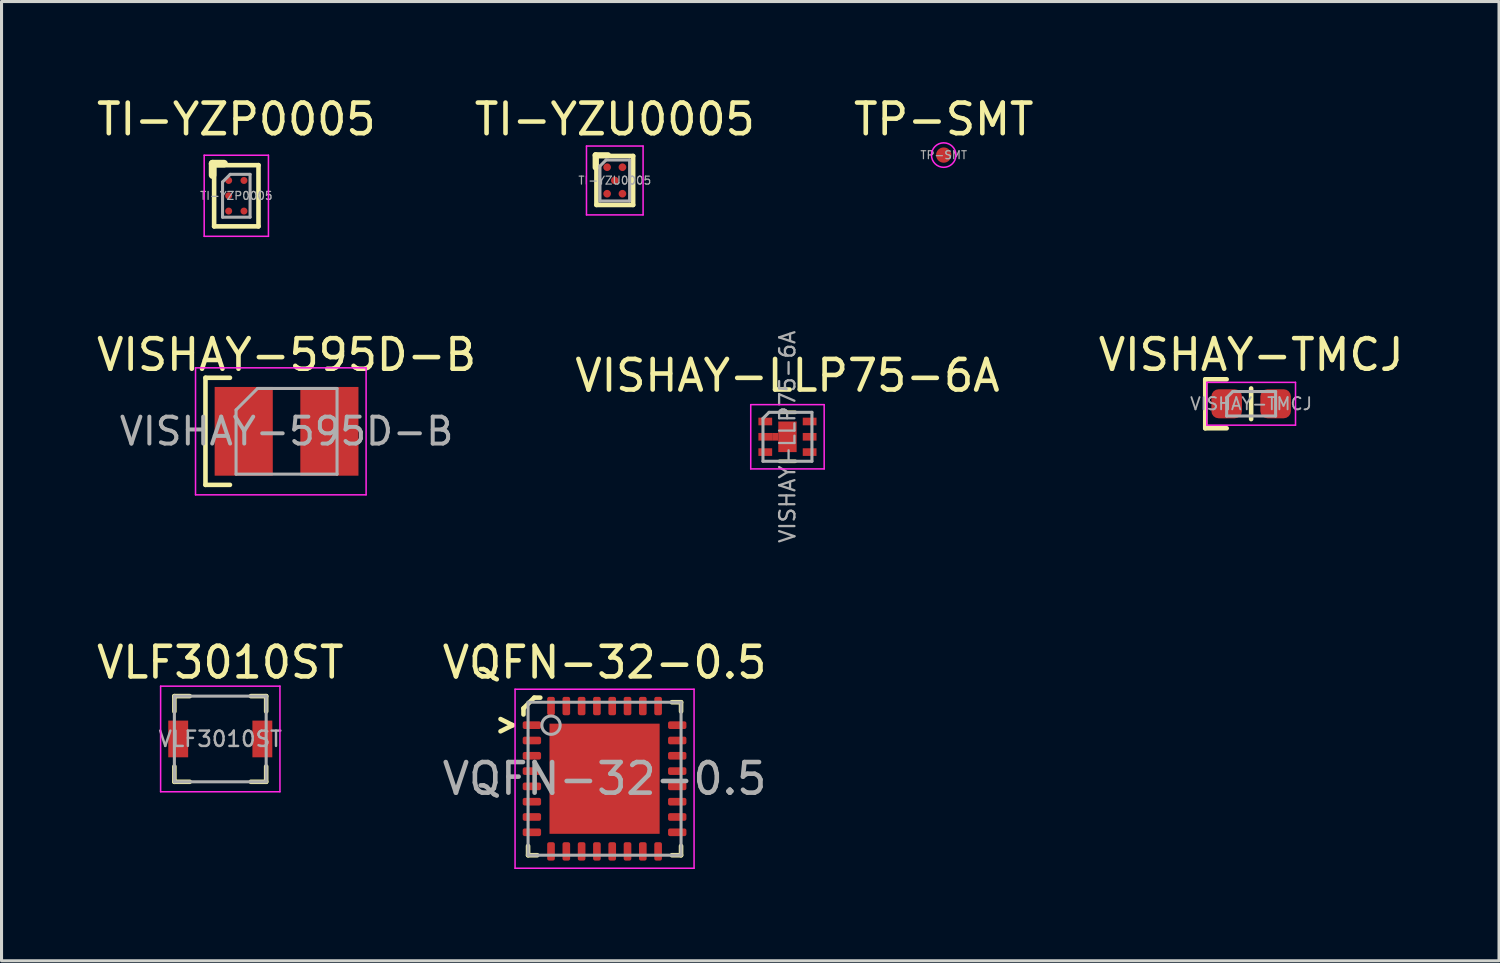
<source format=kicad_pcb>
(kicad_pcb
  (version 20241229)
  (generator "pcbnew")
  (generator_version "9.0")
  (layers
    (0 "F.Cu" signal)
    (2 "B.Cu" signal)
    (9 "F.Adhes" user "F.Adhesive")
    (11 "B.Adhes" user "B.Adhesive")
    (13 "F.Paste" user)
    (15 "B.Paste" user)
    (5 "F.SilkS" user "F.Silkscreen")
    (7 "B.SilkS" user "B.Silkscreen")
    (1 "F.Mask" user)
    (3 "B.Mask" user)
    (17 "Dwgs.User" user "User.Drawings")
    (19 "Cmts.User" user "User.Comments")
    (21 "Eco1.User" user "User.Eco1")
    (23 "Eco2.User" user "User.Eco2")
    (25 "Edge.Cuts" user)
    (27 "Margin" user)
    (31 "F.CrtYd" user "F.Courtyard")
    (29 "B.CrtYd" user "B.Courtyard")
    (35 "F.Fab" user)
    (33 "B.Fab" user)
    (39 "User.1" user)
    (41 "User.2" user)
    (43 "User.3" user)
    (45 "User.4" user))
  (footprint "VQFN-32-0.5"
    (layer "F.Cu")
    (at 16.708 22.4)
    (property "Reference" "VQFN-32-0.5" (at 0 -3.8 0) (layer "F.SilkS") (effects (font (size 1 1) (thickness 0.15))))
    (attr smd)
    (fp_line (start -3.4 -1.55) (end -3 -1.75) (stroke (width 0.15) (type default)) (layer "F.SilkS"))
    (fp_line (start -3 -1.75) (end -3.4 -1.95) (stroke (width 0.15) (type default)) (layer "F.SilkS"))
    (fp_line (start -2.65 -2.3) (end -2.3 -2.65) (stroke (width 0.15) (type default)) (layer "F.SilkS"))
    (fp_line (start -2.65 -2.1) (end -2.65 -2.3) (stroke (width 0.15) (type solid)) (layer "F.SilkS"))
    (fp_line (start -2.5 2.5) (end -2.5 2.2) (stroke (width 0.15) (type solid)) (layer "F.SilkS"))
    (fp_line (start -2.3 -2.65) (end -2.1 -2.65) (stroke (width 0.15) (type solid)) (layer "F.SilkS"))
    (fp_line (start -2.2 2.5) (end -2.5 2.5) (stroke (width 0.15) (type solid)) (layer "F.SilkS"))
    (fp_line (start 2.2 -2.5) (end 2.5 -2.5) (stroke (width 0.15) (type solid)) (layer "F.SilkS"))
    (fp_line (start 2.5 -2.5) (end 2.5 -2.2) (stroke (width 0.15) (type solid)) (layer "F.SilkS"))
    (fp_line (start 2.5 2.2) (end 2.5 2.5) (stroke (width 0.15) (type solid)) (layer "F.SilkS"))
    (fp_line (start 2.5 2.5) (end 2.2 2.5) (stroke (width 0.15) (type solid)) (layer "F.SilkS"))
    (fp_line (start -2.925 -2.925) (end -2.925 2.925) (stroke (width 0.05) (type solid)) (layer "F.CrtYd"))
    (fp_line (start 2.925 -2.925) (end -2.925 -2.925) (stroke (width 0.05) (type solid)) (layer "F.CrtYd"))
    (fp_line (start 2.925 -2.925) (end 2.925 2.925) (stroke (width 0.05) (type solid)) (layer "F.CrtYd"))
    (fp_line (start 2.925 2.925) (end -2.925 2.925) (stroke (width 0.05) (type solid)) (layer "F.CrtYd"))
    (fp_line (start -2.5 -2.5) (end 2.5 -2.5) (stroke (width 0.1) (type solid)) (layer "F.Fab"))
    (fp_line (start -2.5 2.5) (end -2.5 -2.5) (stroke (width 0.1) (type solid)) (layer "F.Fab"))
    (fp_line (start 2.5 -2.5) (end 2.5 2.5) (stroke (width 0.1) (type solid)) (layer "F.Fab"))
    (fp_line (start 2.5 2.5) (end -2.5 2.5) (stroke (width 0.1) (type solid)) (layer "F.Fab"))
    (fp_circle (center -1.75 -1.75) (end -1.45 -1.75) (stroke (width 0.1) (type default)) (fill no) (layer "F.Fab"))
    (fp_text user "${REFERENCE}" (at 0 0 0) (layer "F.Fab") (effects (font (size 1 1) (thickness 0.15))))
    (pad "" smd roundrect (at -1.2 -1.2) (size 0.97 0.97) (layers "F.Paste") (roundrect_rratio 0.25))
    (pad "" smd roundrect (at -1.2 0) (size 0.97 0.97) (layers "F.Paste") (roundrect_rratio 0.25))
    (pad "" smd roundrect (at -1.2 1.2) (size 0.97 0.97) (layers "F.Paste") (roundrect_rratio 0.25))
    (pad "" smd roundrect (at 0 -1.2) (size 0.97 0.97) (layers "F.Paste") (roundrect_rratio 0.25))
    (pad "" smd roundrect (at 0 0) (size 0.97 0.97) (layers "F.Paste") (roundrect_rratio 0.25))
    (pad "" smd roundrect (at 0 1.2) (size 0.97 0.97) (layers "F.Paste") (roundrect_rratio 0.25))
    (pad "" smd roundrect (at 1.2 -1.2) (size 0.97 0.97) (layers "F.Paste") (roundrect_rratio 0.25))
    (pad "" smd roundrect (at 1.2 0) (size 0.97 0.97) (layers "F.Paste") (roundrect_rratio 0.25))
    (pad "" smd roundrect (at 1.2 1.2) (size 0.97 0.97) (layers "F.Paste") (roundrect_rratio 0.25))
    (pad "1" smd roundrect (at -2.375 -1.75) (size 0.6 0.25) (layers "F.Cu" "F.Mask" "F.Paste") (roundrect_rratio 0.25))
    (pad "2" smd roundrect (at -2.375 -1.25) (size 0.6 0.25) (layers "F.Cu" "F.Mask" "F.Paste") (roundrect_rratio 0.25))
    (pad "3" smd roundrect (at -2.375 -0.75) (size 0.6 0.25) (layers "F.Cu" "F.Mask" "F.Paste") (roundrect_rratio 0.25))
    (pad "4" smd roundrect (at -2.375 -0.25) (size 0.6 0.25) (layers "F.Cu" "F.Mask" "F.Paste") (roundrect_rratio 0.25))
    (pad "5" smd roundrect (at -2.375 0.25) (size 0.6 0.25) (layers "F.Cu" "F.Mask" "F.Paste") (roundrect_rratio 0.25))
    (pad "6" smd roundrect (at -2.375 0.75) (size 0.6 0.25) (layers "F.Cu" "F.Mask" "F.Paste") (roundrect_rratio 0.25))
    (pad "7" smd roundrect (at -2.375 1.25) (size 0.6 0.25) (layers "F.Cu" "F.Mask" "F.Paste") (roundrect_rratio 0.25))
    (pad "8" smd roundrect (at -2.375 1.75) (size 0.6 0.25) (layers "F.Cu" "F.Mask" "F.Paste") (roundrect_rratio 0.25))
    (pad "9" smd roundrect (at -1.75 2.375) (size 0.25 0.6) (layers "F.Cu" "F.Mask" "F.Paste") (roundrect_rratio 0.25))
    (pad "10" smd roundrect (at -1.25 2.375) (size 0.25 0.6) (layers "F.Cu" "F.Mask" "F.Paste") (roundrect_rratio 0.25))
    (pad "11" smd roundrect (at -0.75 2.375) (size 0.25 0.6) (layers "F.Cu" "F.Mask" "F.Paste") (roundrect_rratio 0.25))
    (pad "12" smd roundrect (at -0.25 2.375) (size 0.25 0.6) (layers "F.Cu" "F.Mask" "F.Paste") (roundrect_rratio 0.25))
    (pad "13" smd roundrect (at 0.25 2.375) (size 0.25 0.6) (layers "F.Cu" "F.Mask" "F.Paste") (roundrect_rratio 0.25))
    (pad "14" smd roundrect (at 0.75 2.375) (size 0.25 0.6) (layers "F.Cu" "F.Mask" "F.Paste") (roundrect_rratio 0.25))
    (pad "15" smd roundrect (at 1.25 2.375) (size 0.25 0.6) (layers "F.Cu" "F.Mask" "F.Paste") (roundrect_rratio 0.25))
    (pad "16" smd roundrect (at 1.75 2.375) (size 0.25 0.6) (layers "F.Cu" "F.Mask" "F.Paste") (roundrect_rratio 0.25))
    (pad "17" smd roundrect (at 2.375 1.75) (size 0.6 0.25) (layers "F.Cu" "F.Mask" "F.Paste") (roundrect_rratio 0.25))
    (pad "18" smd roundrect (at 2.375 1.25) (size 0.6 0.25) (layers "F.Cu" "F.Mask" "F.Paste") (roundrect_rratio 0.25))
    (pad "19" smd roundrect (at 2.375 0.75) (size 0.6 0.25) (layers "F.Cu" "F.Mask" "F.Paste") (roundrect_rratio 0.25))
    (pad "20" smd roundrect (at 2.375 0.25) (size 0.6 0.25) (layers "F.Cu" "F.Mask" "F.Paste") (roundrect_rratio 0.25))
    (pad "21" smd roundrect (at 2.375 -0.25) (size 0.6 0.25) (layers "F.Cu" "F.Mask" "F.Paste") (roundrect_rratio 0.25))
    (pad "22" smd roundrect (at 2.375 -0.75) (size 0.6 0.25) (layers "F.Cu" "F.Mask" "F.Paste") (roundrect_rratio 0.25))
    (pad "23" smd roundrect (at 2.375 -1.25) (size 0.6 0.25) (layers "F.Cu" "F.Mask" "F.Paste") (roundrect_rratio 0.25))
    (pad "24" smd roundrect (at 2.375 -1.75) (size 0.6 0.25) (layers "F.Cu" "F.Mask" "F.Paste") (roundrect_rratio 0.25))
    (pad "25" smd roundrect (at 1.75 -2.375) (size 0.25 0.6) (layers "F.Cu" "F.Mask" "F.Paste") (roundrect_rratio 0.25))
    (pad "26" smd roundrect (at 1.25 -2.375) (size 0.25 0.6) (layers "F.Cu" "F.Mask" "F.Paste") (roundrect_rratio 0.25))
    (pad "27" smd roundrect (at 0.75 -2.375) (size 0.25 0.6) (layers "F.Cu" "F.Mask" "F.Paste") (roundrect_rratio 0.25))
    (pad "28" smd roundrect (at 0.25 -2.375) (size 0.25 0.6) (layers "F.Cu" "F.Mask" "F.Paste") (roundrect_rratio 0.25))
    (pad "29" smd roundrect (at -0.25 -2.375) (size 0.25 0.6) (layers "F.Cu" "F.Mask" "F.Paste") (roundrect_rratio 0.25))
    (pad "30" smd roundrect (at -0.75 -2.375) (size 0.25 0.6) (layers "F.Cu" "F.Mask" "F.Paste") (roundrect_rratio 0.25))
    (pad "31" smd roundrect (at -1.25 -2.375) (size 0.25 0.6) (layers "F.Cu" "F.Mask" "F.Paste") (roundrect_rratio 0.25))
    (pad "32" smd roundrect (at -1.75 -2.375) (size 0.25 0.6) (layers "F.Cu" "F.Mask" "F.Paste") (roundrect_rratio 0.25))
    (pad "EP" smd rect (at 0 0) (size 3.6 3.6) (layers "F.Cu" "F.Mask")))
  (footprint "VISHAY-LLP75-6A"
    (layer "F.Cu")
    (at 22.685 11.225)
    (property "Reference" "VISHAY-LLP75-6A" (at 0 -2 0) (layer "F.SilkS") (effects (font (size 1 1) (thickness 0.15))))
    (attr smd)
    (fp_rect (start -0.5 -0.125) (end -0.3 0.125) (stroke (width 0) (type default)) (fill yes) (layer "F.Cu"))
    (fp_line (start -0.255 -0.8) (end 0.255 -0.8) (stroke (width 0.12) (type solid)) (layer "F.SilkS"))
    (fp_line (start -0.255 0.8) (end 0.255 0.8) (stroke (width 0.12) (type solid)) (layer "F.SilkS"))
    (fp_line (start -1.2 -1.05) (end -1.2 1.05) (stroke (width 0.05) (type solid)) (layer "F.CrtYd"))
    (fp_line (start -1.2 1.05) (end 1.2 1.05) (stroke (width 0.05) (type solid)) (layer "F.CrtYd"))
    (fp_line (start 1.2 -1.05) (end -1.2 -1.05) (stroke (width 0.05) (type solid)) (layer "F.CrtYd"))
    (fp_line (start 1.2 1.05) (end 1.2 -1.05) (stroke (width 0.05) (type solid)) (layer "F.CrtYd"))
    (fp_line (start -0.8 -0.6) (end -0.8 0.8) (stroke (width 0.1) (type solid)) (layer "F.Fab"))
    (fp_line (start -0.8 -0.6) (end -0.6 -0.8) (stroke (width 0.1) (type solid)) (layer "F.Fab"))
    (fp_line (start -0.8 0.8) (end 0.8 0.8) (stroke (width 0.1) (type solid)) (layer "F.Fab"))
    (fp_line (start 0.8 -0.8) (end -0.6 -0.8) (stroke (width 0.1) (type solid)) (layer "F.Fab"))
    (fp_line (start 0.8 0.8) (end 0.8 -0.8) (stroke (width 0.1) (type solid)) (layer "F.Fab"))
    (fp_text user "${REFERENCE}" (at 0 0 90) (layer "F.Fab") (effects (font (size 0.5 0.5) (thickness 0.075))))
    (pad "1" smd rect (at -0.725 -0.5) (size 0.45 0.25) (layers "F.Cu" "F.Mask" "F.Paste"))
    (pad "2" smd rect (at -0.725 0) (size 0.45 0.25) (layers "F.Cu" "F.Mask" "F.Paste"))
    (pad "2" smd rect (at 0 0) (size 0.6 1) (layers "F.Cu" "F.Mask" "F.Paste"))
    (pad "3" smd rect (at -0.725 0.5) (size 0.45 0.25) (layers "F.Cu" "F.Mask" "F.Paste"))
    (pad "4" smd rect (at 0.725 0.5) (size 0.45 0.25) (layers "F.Cu" "F.Mask" "F.Paste"))
    (pad "5" smd rect (at 0.725 0) (size 0.45 0.25) (layers "F.Cu" "F.Mask" "F.Paste"))
    (pad "6" smd rect (at 0.725 -0.5) (size 0.45 0.25) (layers "F.Cu" "F.Mask" "F.Paste")))
  (footprint "TI-YZP0005"
    (layer "F.Cu")
    (at 4.673 3.348)
    (property "Reference" "TI-YZP0005" (at 0 -2.5 0) (layer "F.SilkS") (effects (font (size 1 1) (thickness 0.15))))
    (attr smd)
    (fp_line (start -0.775 -1.05) (end -0.4 -1.05) (stroke (width 0.25) (type solid)) (layer "F.SilkS"))
    (fp_line (start -0.775 -0.675) (end -0.775 -1.05) (stroke (width 0.25) (type solid)) (layer "F.SilkS"))
    (fp_line (start -0.725 -1) (end 0.725 -1) (stroke (width 0.15) (type solid)) (layer "F.SilkS"))
    (fp_line (start -0.725 1) (end -0.725 -1) (stroke (width 0.15) (type solid)) (layer "F.SilkS"))
    (fp_line (start -0.725 1) (end 0.725 1) (stroke (width 0.15) (type solid)) (layer "F.SilkS"))
    (fp_line (start 0.725 1) (end 0.725 -1) (stroke (width 0.15) (type solid)) (layer "F.SilkS"))
    (fp_rect (start -0.325 -0.425) (end -0.175 -0.575) (stroke (width 0.1) (type solid)) (fill yes) (layer "F.Paste"))
    (fp_rect (start -0.325 0.075) (end -0.175 -0.075) (stroke (width 0.1) (type solid)) (fill yes) (layer "F.Paste"))
    (fp_rect (start -0.325 0.575) (end -0.175 0.425) (stroke (width 0.1) (type solid)) (fill yes) (layer "F.Paste"))
    (fp_rect (start 0.175 -0.425) (end 0.325 -0.575) (stroke (width 0.1) (type solid)) (fill yes) (layer "F.Paste"))
    (fp_rect (start 0.175 0.575) (end 0.325 0.425) (stroke (width 0.1) (type solid)) (fill yes) (layer "F.Paste"))
    (fp_line (start -1.05 -1.325) (end 1.05 -1.325) (stroke (width 0.05) (type solid)) (layer "F.CrtYd"))
    (fp_line (start -1.05 1.325) (end -1.05 -1.325) (stroke (width 0.05) (type solid)) (layer "F.CrtYd"))
    (fp_line (start 1.05 -1.325) (end 1.05 1.325) (stroke (width 0.05) (type solid)) (layer "F.CrtYd"))
    (fp_line (start 1.05 1.325) (end -1.05 1.325) (stroke (width 0.05) (type solid)) (layer "F.CrtYd"))
    (fp_line (start -0.45 -0.45) (end -0.2 -0.7) (stroke (width 0.1) (type default)) (layer "F.Fab"))
    (fp_line (start -0.45 0.7) (end -0.45 -0.45) (stroke (width 0.1) (type solid)) (layer "F.Fab"))
    (fp_line (start 0.45 -0.7) (end -0.2 -0.7) (stroke (width 0.1) (type solid)) (layer "F.Fab"))
    (fp_line (start 0.45 0.7) (end -0.45 0.7) (stroke (width 0.1) (type solid)) (layer "F.Fab"))
    (fp_line (start 0.45 0.7) (end 0.45 -0.7) (stroke (width 0.1) (type solid)) (layer "F.Fab"))
    (fp_text user "${REFERENCE}" (at 0 0 0) (layer "F.Fab") (effects (font (size 0.26 0.26) (thickness 0.04))))
    (pad "1" smd circle (at -0.25 -0.5) (size 0.23 0.23) (layers "F.Cu" "F.Mask"))
    (pad "2" smd circle (at -0.25 0) (size 0.23 0.23) (layers "F.Cu" "F.Mask"))
    (pad "3" smd circle (at -0.25 0.5) (size 0.23 0.23) (layers "F.Cu" "F.Mask"))
    (pad "4" smd circle (at 0.25 0.5) (size 0.23 0.23) (layers "F.Cu" "F.Mask"))
    (pad "5" smd circle (at 0.25 -0.5) (size 0.23 0.23) (layers "F.Cu" "F.Mask")))
  (footprint "VISHAY-TMCJ"
    (layer "F.Cu")
    (at 37.839 10.146)
    (property "Reference" "VISHAY-TMCJ" (at 0 -1.6 0) (layer "F.SilkS") (effects (font (size 1 1) (thickness 0.15))))
    (attr smd)
    (fp_line (start -1.5 -0.8) (end -1.5 0.8) (stroke (width 0.15) (type solid)) (layer "F.SilkS"))
    (fp_line (start -0.8 -0.8) (end -1.5 -0.8) (stroke (width 0.15) (type solid)) (layer "F.SilkS"))
    (fp_line (start -0.8 0.8) (end -1.5 0.8) (stroke (width 0.15) (type solid)) (layer "F.SilkS"))
    (fp_line (start 0 0.5) (end 0 -0.5) (stroke (width 0.15) (type solid)) (layer "F.SilkS"))
    (fp_line (start -1.45 -0.7) (end 1.45 -0.7) (stroke (width 0.05) (type solid)) (layer "F.CrtYd"))
    (fp_line (start -1.45 0.7) (end -1.45 -0.7) (stroke (width 0.05) (type solid)) (layer "F.CrtYd"))
    (fp_line (start 1.45 -0.7) (end 1.45 0.7) (stroke (width 0.05) (type solid)) (layer "F.CrtYd"))
    (fp_line (start 1.45 0.7) (end -1.45 0.7) (stroke (width 0.05) (type solid)) (layer "F.CrtYd"))
    (fp_line (start -0.8 -0.2) (end -0.6 -0.4) (stroke (width 0.1) (type default)) (layer "F.Fab"))
    (fp_line (start -0.8 0.4) (end -0.8 -0.2) (stroke (width 0.1) (type solid)) (layer "F.Fab"))
    (fp_line (start -0.6 -0.4) (end 0.8 -0.4) (stroke (width 0.1) (type solid)) (layer "F.Fab"))
    (fp_line (start 0.8 -0.4) (end 0.8 0.4) (stroke (width 0.1) (type solid)) (layer "F.Fab"))
    (fp_line (start 0.8 0.4) (end -0.8 0.4) (stroke (width 0.1) (type solid)) (layer "F.Fab"))
    (fp_text user "${REFERENCE}" (at 0 0 0) (layer "F.Fab") (effects (font (size 0.4 0.4) (thickness 0.06))))
    (pad "1" smd roundrect (at -0.8 0) (size 1 0.95) (layers "F.Cu" "F.Mask" "F.Paste") (roundrect_rratio 0.25))
    (pad "2" smd roundrect (at 0.8 0) (size 1 0.95) (layers "F.Cu" "F.Mask" "F.Paste") (roundrect_rratio 0.25)))
  (footprint "TI-YZU0005"
    (layer "F.Cu")
    (at 17.042 2.848)
    (property "Reference" "TI-YZU0005" (at 0 -2 0) (layer "F.SilkS") (effects (font (size 1 1) (thickness 0.15))))
    (attr smd)
    (fp_line (start -0.625 -0.825) (end -0.225 -0.825) (stroke (width 0.2) (type solid)) (layer "F.SilkS"))
    (fp_line (start -0.625 -0.425) (end -0.625 -0.825) (stroke (width 0.2) (type solid)) (layer "F.SilkS"))
    (fp_line (start -0.6 -0.8) (end 0.6 -0.8) (stroke (width 0.15) (type solid)) (layer "F.SilkS"))
    (fp_line (start -0.6 0.8) (end -0.6 -0.8) (stroke (width 0.15) (type solid)) (layer "F.SilkS"))
    (fp_line (start -0.6 0.8) (end 0.6 0.8) (stroke (width 0.15) (type solid)) (layer "F.SilkS"))
    (fp_line (start 0.6 0.8) (end 0.6 -0.8) (stroke (width 0.15) (type solid)) (layer "F.SilkS"))
    (fp_rect (start -0.325 -0.358) (end -0.175 -0.508) (stroke (width 0.1) (type solid)) (fill yes) (layer "F.Paste"))
    (fp_rect (start -0.325 0.508) (end -0.175 0.358) (stroke (width 0.1) (type solid)) (fill yes) (layer "F.Paste"))
    (fp_rect (start -0.075 0.075) (end 0.075 -0.075) (stroke (width 0.1) (type solid)) (fill yes) (layer "F.Paste"))
    (fp_rect (start 0.175 -0.358) (end 0.325 -0.508) (stroke (width 0.1) (type solid)) (fill yes) (layer "F.Paste"))
    (fp_rect (start 0.175 0.508) (end 0.325 0.358) (stroke (width 0.1) (type solid)) (fill yes) (layer "F.Paste"))
    (fp_line (start -0.925 -1.125) (end 0.925 -1.125) (stroke (width 0.05) (type solid)) (layer "F.CrtYd"))
    (fp_line (start -0.925 1.125) (end -0.925 -1.125) (stroke (width 0.05) (type solid)) (layer "F.CrtYd"))
    (fp_line (start 0.925 -1.125) (end 0.925 1.125) (stroke (width 0.05) (type solid)) (layer "F.CrtYd"))
    (fp_line (start 0.925 1.125) (end -0.925 1.125) (stroke (width 0.05) (type solid)) (layer "F.CrtYd"))
    (fp_line (start -0.485 -0.47) (end -0.285 -0.67) (stroke (width 0.1) (type default)) (layer "F.Fab"))
    (fp_line (start -0.485 0.67) (end -0.485 -0.47) (stroke (width 0.1) (type solid)) (layer "F.Fab"))
    (fp_line (start 0.485 -0.67) (end -0.285 -0.67) (stroke (width 0.1) (type solid)) (layer "F.Fab"))
    (fp_line (start 0.485 0.67) (end -0.485 0.67) (stroke (width 0.1) (type solid)) (layer "F.Fab"))
    (fp_line (start 0.485 0.67) (end 0.485 -0.67) (stroke (width 0.1) (type solid)) (layer "F.Fab"))
    (fp_text user "${REFERENCE}" (at 0 0 0) (layer "F.Fab") (effects (font (size 0.26 0.26) (thickness 0.04))))
    (pad "A1" smd circle (at -0.25 -0.433) (size 0.25 0.25) (layers "F.Cu" "F.Mask"))
    (pad "A3" smd circle (at 0.25 -0.433) (size 0.25 0.25) (layers "F.Cu" "F.Mask"))
    (pad "B2" smd circle (at 0 0) (size 0.25 0.25) (layers "F.Cu" "F.Mask"))
    (pad "C1" smd circle (at -0.25 0.433) (size 0.25 0.25) (layers "F.Cu" "F.Mask"))
    (pad "C3" smd circle (at 0.25 0.433) (size 0.25 0.25) (layers "F.Cu" "F.Mask")))
  (footprint "TP-SMT"
    (layer "F.Cu")
    (at 27.792 2.018)
    (property "Reference" "TP-SMT" (at 0 -1.17 0) (layer "F.SilkS") (effects (font (size 1 1) (thickness 0.15))))
    (attr smd)
    (fp_circle (center 0 0) (end 0.4 0) (stroke (width 0.05) (type default)) (fill no) (layer "F.CrtYd"))
    (fp_text user "${REFERENCE}" (at 0 0 0) (layer "F.Fab") (effects (font (size 0.26 0.26) (thickness 0.04))))
    (pad "1" smd circle (at 0 0) (size 0.5 0.5) (property pad_prop_testpoint) (layers "F.Cu" "F.Mask")))
  (footprint "VLF3010ST"
    (layer "F.Cu")
    (at 4.149 21.1)
    (property "Reference" "VLF3010ST" (at 0 -2.5 0) (layer "F.SilkS") (effects (font (size 1 1) (thickness 0.15))))
    (attr smd)
    (fp_line (start -1.5 -1.4) (end -1.5 -0.9) (stroke (width 0.15) (type solid)) (layer "F.SilkS"))
    (fp_line (start -1.5 0.9) (end -1.5 1.4) (stroke (width 0.15) (type solid)) (layer "F.SilkS"))
    (fp_line (start -1 -1.4) (end -1.5 -1.4) (stroke (width 0.15) (type solid)) (layer "F.SilkS"))
    (fp_line (start -1 1.4) (end -1.5 1.4) (stroke (width 0.15) (type solid)) (layer "F.SilkS"))
    (fp_line (start 1.5 -1.4) (end 1 -1.4) (stroke (width 0.15) (type solid)) (layer "F.SilkS"))
    (fp_line (start 1.5 -1.4) (end 1.5 -0.9) (stroke (width 0.15) (type solid)) (layer "F.SilkS"))
    (fp_line (start 1.5 1.4) (end 1 1.4) (stroke (width 0.15) (type solid)) (layer "F.SilkS"))
    (fp_line (start 1.5 1.4) (end 1.5 0.9) (stroke (width 0.15) (type solid)) (layer "F.SilkS"))
    (fp_line (start -1.95 -1.725) (end 1.95 -1.725) (stroke (width 0.05) (type solid)) (layer "F.CrtYd"))
    (fp_line (start -1.95 1.725) (end -1.95 -1.725) (stroke (width 0.05) (type solid)) (layer "F.CrtYd"))
    (fp_line (start 1.95 -1.725) (end 1.95 1.725) (stroke (width 0.05) (type solid)) (layer "F.CrtYd"))
    (fp_line (start 1.95 1.725) (end -1.95 1.725) (stroke (width 0.05) (type solid)) (layer "F.CrtYd"))
    (fp_line (start -1.5 -1.4) (end 1.5 -1.4) (stroke (width 0.1) (type solid)) (layer "F.Fab"))
    (fp_line (start -1.5 1.4) (end -1.5 -1.4) (stroke (width 0.1) (type solid)) (layer "F.Fab"))
    (fp_line (start 1.5 -1.4) (end 1.5 1.4) (stroke (width 0.1) (type solid)) (layer "F.Fab"))
    (fp_line (start 1.5 1.4) (end -1.5 1.4) (stroke (width 0.1) (type solid)) (layer "F.Fab"))
    (fp_text user "${REFERENCE}" (at 0 0 0) (layer "F.Fab") (effects (font (size 0.5 0.5) (thickness 0.08))))
    (pad "1" smd rect (at -1.375 0) (size 0.65 1.2) (layers "F.Cu" "F.Mask" "F.Paste"))
    (pad "2" smd rect (at 1.375 0) (size 0.65 1.2) (layers "F.Cu" "F.Mask" "F.Paste")))
  (footprint "VISHAY-595D-B"
    (layer "F.Cu")
    (at 6.315 11.046)
    (property "Reference" "VISHAY-595D-B" (at 0 -2.5 0) (layer "F.SilkS") (effects (font (size 1 1) (thickness 0.15))))
    (attr smd)
    (fp_line (start -2.65 -1.75) (end -2.65 1.75) (stroke (width 0.15) (type solid)) (layer "F.SilkS"))
    (fp_line (start -1.85 -1.75) (end -2.65 -1.75) (stroke (width 0.15) (type solid)) (layer "F.SilkS"))
    (fp_line (start -1.85 1.75) (end -2.65 1.75) (stroke (width 0.15) (type solid)) (layer "F.SilkS"))
    (fp_line (start -2.975 -2.075) (end 2.6 -2.075) (stroke (width 0.05) (type solid)) (layer "F.CrtYd"))
    (fp_line (start -2.975 2.075) (end -2.975 -2.075) (stroke (width 0.05) (type solid)) (layer "F.CrtYd"))
    (fp_line (start 2.6 -2.075) (end 2.6 2.075) (stroke (width 0.05) (type solid)) (layer "F.CrtYd"))
    (fp_line (start 2.6 2.075) (end -2.975 2.075) (stroke (width 0.05) (type solid)) (layer "F.CrtYd"))
    (fp_line (start -1.65 -0.7) (end -1.65 1.4) (stroke (width 0.1) (type solid)) (layer "F.Fab"))
    (fp_line (start -1.65 1.4) (end 1.65 1.4) (stroke (width 0.1) (type solid)) (layer "F.Fab"))
    (fp_line (start -0.95 -1.4) (end -1.65 -0.7) (stroke (width 0.1) (type solid)) (layer "F.Fab"))
    (fp_line (start 1.65 -1.4) (end -0.95 -1.4) (stroke (width 0.1) (type solid)) (layer "F.Fab"))
    (fp_line (start 1.65 1.4) (end 1.65 -1.4) (stroke (width 0.1) (type solid)) (layer "F.Fab"))
    (fp_text user "${REFERENCE}" (at 0 0 0) (layer "F.Fab") (effects (font (size 0.88 0.88) (thickness 0.13))))
    (pad "1" smd rect (at -1.4 0) (size 1.9 2.9) (layers "F.Cu" "F.Mask" "F.Paste"))
    (pad "2" smd rect (at 1.4 0) (size 1.9 2.9) (layers "F.Cu" "F.Mask" "F.Paste")))
  (gr_rect
    (start -3 -3)
    (end 45.94 28.35)
    (stroke (width 0.1) (type default))
    (fill no)
    (layer "Edge.Cuts")))
</source>
